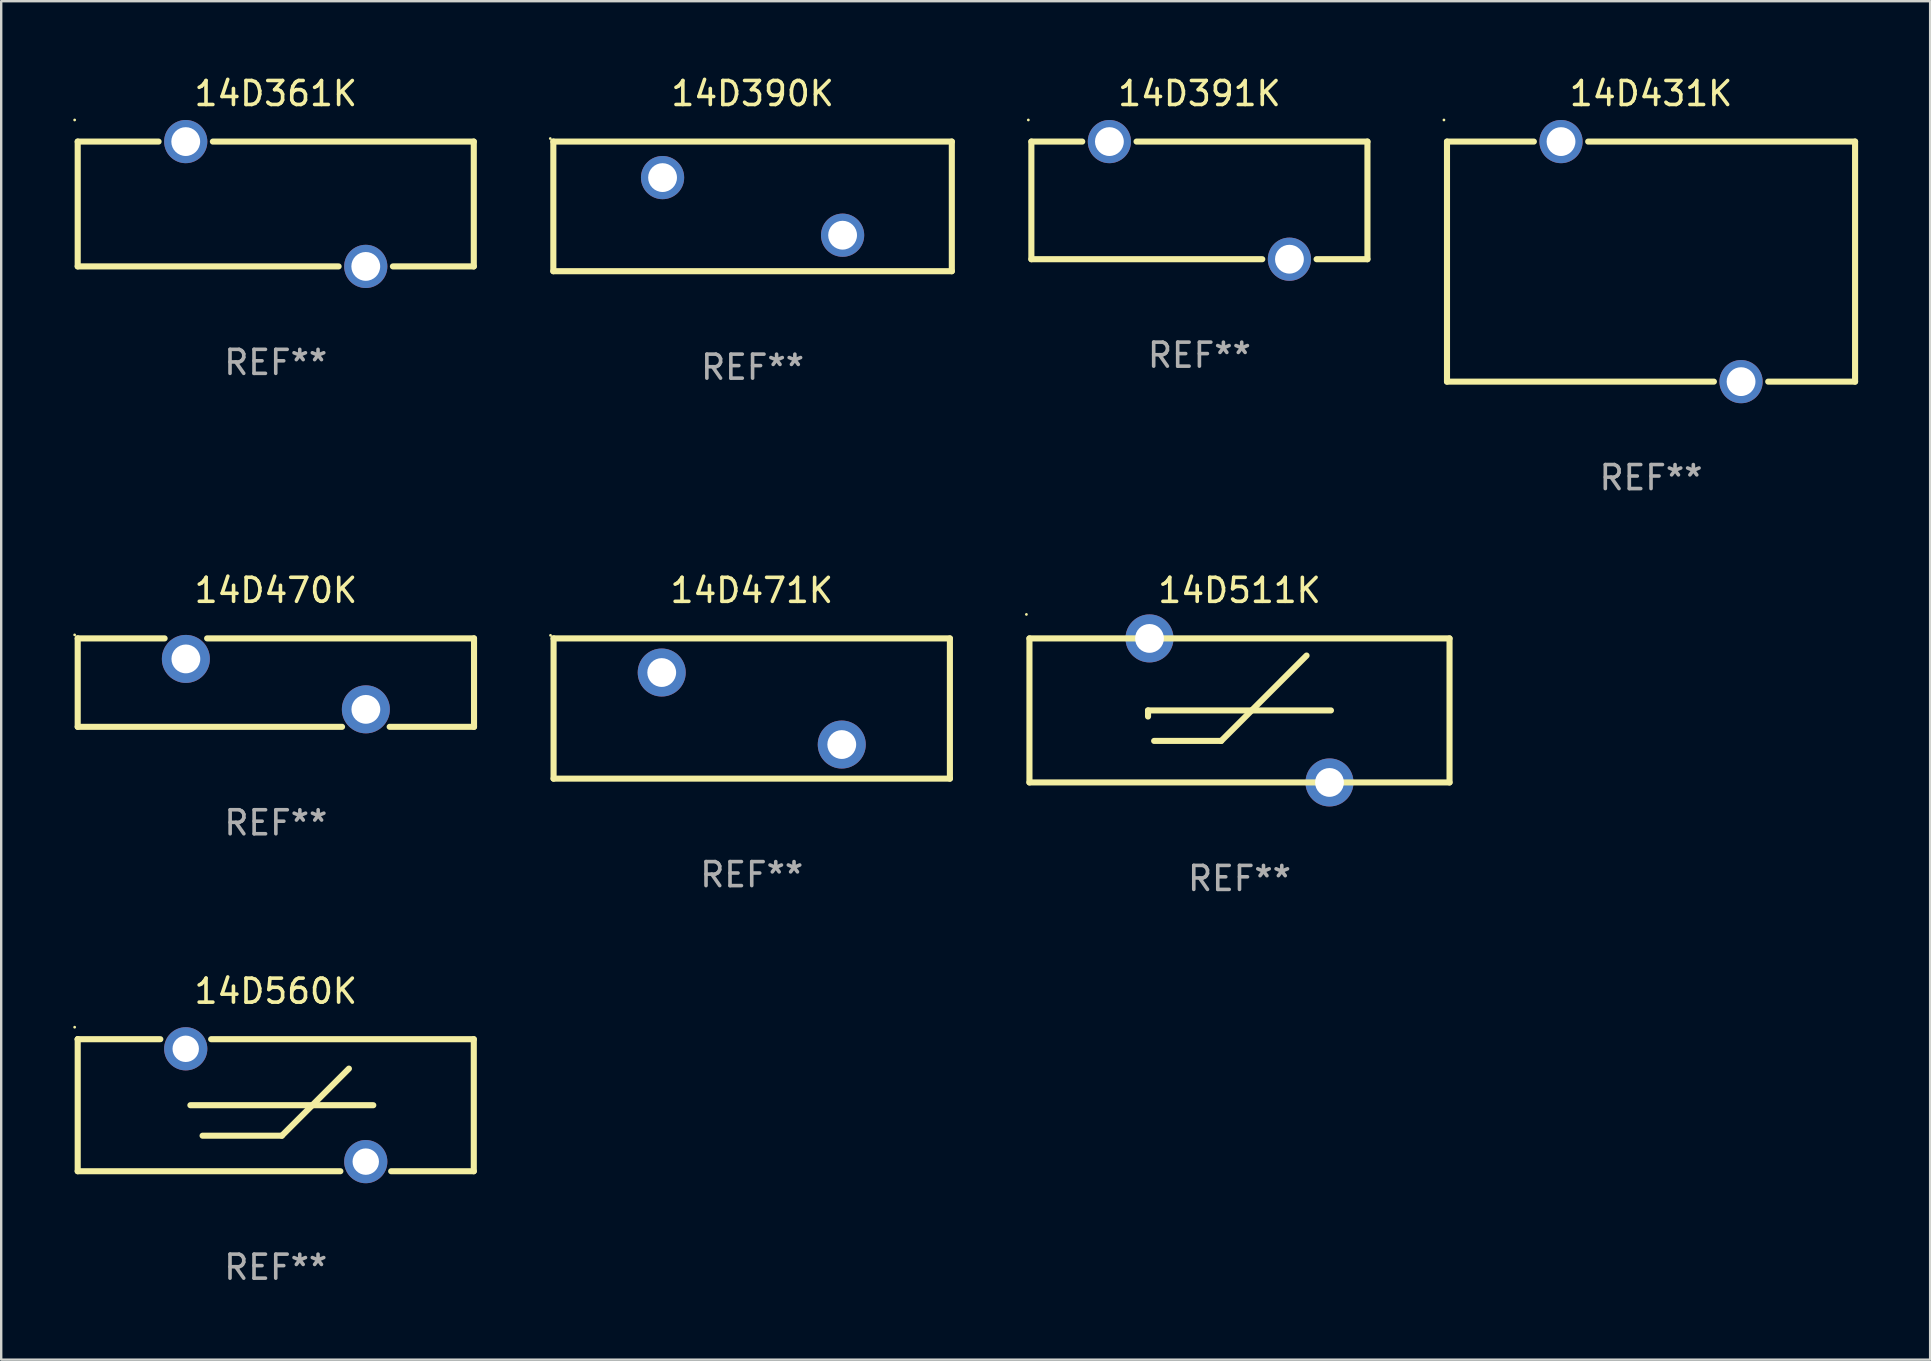
<source format=kicad_pcb>
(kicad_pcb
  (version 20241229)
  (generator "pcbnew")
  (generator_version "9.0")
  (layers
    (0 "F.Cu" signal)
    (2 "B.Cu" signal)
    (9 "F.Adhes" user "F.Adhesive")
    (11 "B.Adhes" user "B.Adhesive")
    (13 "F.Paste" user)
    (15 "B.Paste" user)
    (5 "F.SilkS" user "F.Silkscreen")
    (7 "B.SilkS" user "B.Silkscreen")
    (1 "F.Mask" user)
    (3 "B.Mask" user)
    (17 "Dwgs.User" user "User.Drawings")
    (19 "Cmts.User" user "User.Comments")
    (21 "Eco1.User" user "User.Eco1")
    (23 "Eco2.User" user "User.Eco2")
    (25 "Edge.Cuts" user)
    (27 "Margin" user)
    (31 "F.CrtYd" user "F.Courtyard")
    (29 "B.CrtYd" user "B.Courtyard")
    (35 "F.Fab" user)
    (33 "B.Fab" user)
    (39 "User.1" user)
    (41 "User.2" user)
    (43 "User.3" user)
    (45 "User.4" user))
  (footprint "14D361K"
    (layer "F.Cu")
    (at 8.437 5.448)
    (property "Reference" "14D361K" (at 0 -4.6 0) (layer "F.SilkS") (effects (font (size 1 1) (thickness 0.15))))
    (attr through_hole)
    (fp_line (start -8.25 -2.6) (end -4.881 -2.6) (stroke (width 0.254) (type solid)) (layer "F.SilkS"))
    (fp_line (start -8.25 2.6) (end -8.25 -2.6) (stroke (width 0.254) (type solid)) (layer "F.SilkS"))
    (fp_line (start -8.25 2.6) (end 2.619 2.6) (stroke (width 0.254) (type solid)) (layer "F.SilkS"))
    (fp_line (start -2.619 -2.6) (end 8.25 -2.6) (stroke (width 0.254) (type solid)) (layer "F.SilkS"))
    (fp_line (start 4.881 2.6) (end 8.25 2.6) (stroke (width 0.254) (type solid)) (layer "F.SilkS"))
    (fp_line (start 8.25 -2.6) (end 8.25 2.6) (stroke (width 0.254) (type solid)) (layer "F.SilkS"))
    (fp_circle (center -8.377 -3.5) (end -8.347 -3.5) (stroke (width 0.06) (type solid)) (fill no) (layer "F.SilkS"))
    (fp_text user "REF**" (at 0 6.6 0) (layer "F.Fab") (effects (font (size 1 1) (thickness 0.15))))
    (pad "1" thru_hole circle (at -3.75 -2.6) (size 1.8 1.8) (drill 1.2) (layers "*.Cu" "*.Mask"))
    (pad "2" thru_hole circle (at 3.75 2.6) (size 1.8 1.8) (drill 1.2) (layers "*.Cu" "*.Mask")))
  (footprint "14D511K"
    (layer "F.Cu")
    (at 48.585 26.545)
    (property "Reference" "14D511K" (at 0 -5 0) (layer "F.SilkS") (effects (font (size 1 1) (thickness 0.15))))
    (attr through_hole)
    (fp_line (start -8.75 -3) (end -8.75 3) (stroke (width 0.254) (type solid)) (layer "F.SilkS"))
    (fp_line (start -8.75 -3) (end 8.75 -3) (stroke (width 0.254) (type solid)) (layer "F.SilkS"))
    (fp_line (start -3.81 0) (end 3.81 0) (stroke (width 0.254) (type solid)) (layer "F.SilkS"))
    (fp_line (start -3.81 0.254) (end -3.81 0) (stroke (width 0.254) (type solid)) (layer "F.SilkS"))
    (fp_line (start -3.556 1.27) (end -0.762 1.27) (stroke (width 0.254) (type solid)) (layer "F.SilkS"))
    (fp_line (start -0.762 1.27) (end 2.794 -2.286) (stroke (width 0.254) (type solid)) (layer "F.SilkS"))
    (fp_line (start 8.75 3) (end -8.75 3) (stroke (width 0.254) (type solid)) (layer "F.SilkS"))
    (fp_line (start 8.75 3) (end 8.75 -3) (stroke (width 0.254) (type solid)) (layer "F.SilkS"))
    (fp_circle (center -8.877 -4) (end -8.847 -4) (stroke (width 0.06) (type solid)) (fill no) (layer "F.SilkS"))
    (fp_text user "REF**" (at 0 7 0) (layer "F.Fab") (effects (font (size 1 1) (thickness 0.15))))
    (pad "1" thru_hole circle (at -3.749 -3) (size 2 2) (drill 1.2) (layers "*.Cu" "*.Mask"))
    (pad "2" thru_hole circle (at 3.749 3) (size 2 2) (drill 1.2) (layers "*.Cu" "*.Mask")))
  (footprint "14D390K"
    (layer "F.Cu")
    (at 28.301 5.548)
    (property "Reference" "14D390K" (at 0 -4.7 0) (layer "F.SilkS") (effects (font (size 1 1) (thickness 0.15))))
    (attr through_hole)
    (fp_line (start -8.3 -2.7) (end 8.3 -2.7) (stroke (width 0.254) (type solid)) (layer "F.SilkS"))
    (fp_line (start -8.3 2.7) (end -8.3 -2.7) (stroke (width 0.254) (type solid)) (layer "F.SilkS"))
    (fp_line (start 8.3 -2.7) (end 8.3 2.7) (stroke (width 0.254) (type solid)) (layer "F.SilkS"))
    (fp_line (start 8.3 2.7) (end -8.3 2.7) (stroke (width 0.254) (type solid)) (layer "F.SilkS"))
    (fp_circle (center -8.427 -2.827) (end -8.397 -2.827) (stroke (width 0.06) (type solid)) (fill no) (layer "F.SilkS"))
    (fp_text user "REF**" (at 0 6.7 0) (layer "F.Fab") (effects (font (size 1 1) (thickness 0.15))))
    (pad "1" thru_hole circle (at -3.75 -1.2) (size 1.8 1.8) (drill 1.2) (layers "*.Cu" "*.Mask"))
    (pad "2" thru_hole circle (at 3.75 1.2) (size 1.8 1.8) (drill 1.2) (layers "*.Cu" "*.Mask")))
  (footprint "14D431K"
    (layer "F.Cu")
    (at 65.729 7.848)
    (property "Reference" "14D431K" (at 0 -7 0) (layer "F.SilkS") (effects (font (size 1 1) (thickness 0.15))))
    (attr through_hole)
    (fp_line (start -8.5 -5) (end -4.881 -5) (stroke (width 0.254) (type solid)) (layer "F.SilkS"))
    (fp_line (start -8.5 5) (end -8.5 -5) (stroke (width 0.254) (type solid)) (layer "F.SilkS"))
    (fp_line (start -8.5 5) (end 2.619 5) (stroke (width 0.254) (type solid)) (layer "F.SilkS"))
    (fp_line (start -2.619 -5) (end 8.5 -5) (stroke (width 0.254) (type solid)) (layer "F.SilkS"))
    (fp_line (start 4.881 5) (end 8.5 5) (stroke (width 0.254) (type solid)) (layer "F.SilkS"))
    (fp_line (start 8.5 -5) (end 8.5 5) (stroke (width 0.254) (type solid)) (layer "F.SilkS"))
    (fp_circle (center -8.627 -5.9) (end -8.597 -5.9) (stroke (width 0.06) (type solid)) (fill no) (layer "F.SilkS"))
    (fp_text user "REF**" (at 0 9 0) (layer "F.Fab") (effects (font (size 1 1) (thickness 0.15))))
    (pad "1" thru_hole circle (at -3.75 -5) (size 1.8 1.8) (drill 1.2) (layers "*.Cu" "*.Mask"))
    (pad "2" thru_hole circle (at 3.75 5) (size 1.8 1.8) (drill 1.2) (layers "*.Cu" "*.Mask")))
  (footprint "14D391K"
    (layer "F.Cu")
    (at 46.915 5.298)
    (property "Reference" "14D391K" (at 0 -4.45 0) (layer "F.SilkS") (effects (font (size 1 1) (thickness 0.15))))
    (attr through_hole)
    (fp_line (start -7 -2.45) (end -4.881 -2.45) (stroke (width 0.254) (type solid)) (layer "F.SilkS"))
    (fp_line (start -7 2.45) (end -7 -2.45) (stroke (width 0.254) (type solid)) (layer "F.SilkS"))
    (fp_line (start -7 2.45) (end 2.619 2.45) (stroke (width 0.254) (type solid)) (layer "F.SilkS"))
    (fp_line (start -2.619 -2.45) (end 7 -2.45) (stroke (width 0.254) (type solid)) (layer "F.SilkS"))
    (fp_line (start 4.881 2.45) (end 7 2.45) (stroke (width 0.254) (type solid)) (layer "F.SilkS"))
    (fp_line (start 7 -2.45) (end 7 2.45) (stroke (width 0.254) (type solid)) (layer "F.SilkS"))
    (fp_circle (center -7.127 -3.35) (end -7.097 -3.35) (stroke (width 0.06) (type solid)) (fill no) (layer "F.SilkS"))
    (fp_text user "REF**" (at 0 6.45 0) (layer "F.Fab") (effects (font (size 1 1) (thickness 0.15))))
    (pad "1" thru_hole circle (at -3.75 -2.45) (size 1.8 1.8) (drill 1.2) (layers "*.Cu" "*.Mask"))
    (pad "2" thru_hole circle (at 3.75 2.45) (size 1.8 1.8) (drill 1.2) (layers "*.Cu" "*.Mask")))
  (footprint "14D470K"
    (layer "F.Cu")
    (at 8.442 25.386)
    (property "Reference" "14D470K" (at 0 -3.842 0) (layer "F.SilkS") (effects (font (size 1 1) (thickness 0.15))))
    (attr through_hole)
    (fp_line (start -8.255 -1.842) (end -4.634 -1.842) (stroke (width 0.254) (type solid)) (layer "F.SilkS"))
    (fp_line (start -8.255 1.842) (end -8.255 -1.842) (stroke (width 0.254) (type solid)) (layer "F.SilkS"))
    (fp_line (start -2.864 -1.842) (end 8.255 -1.842) (stroke (width 0.254) (type solid)) (layer "F.SilkS"))
    (fp_line (start 2.757 1.842) (end -8.255 1.842) (stroke (width 0.254) (type solid)) (layer "F.SilkS"))
    (fp_line (start 8.255 -1.842) (end 8.255 1.842) (stroke (width 0.254) (type solid)) (layer "F.SilkS"))
    (fp_line (start 8.255 1.842) (end 4.741 1.842) (stroke (width 0.254) (type solid)) (layer "F.SilkS"))
    (fp_circle (center -8.382 -1.987) (end -8.352 -1.987) (stroke (width 0.06) (type solid)) (fill no) (layer "F.SilkS"))
    (fp_text user "REF**" (at 0 5.842 0) (layer "F.Fab") (effects (font (size 1 1) (thickness 0.15))))
    (pad "1" thru_hole circle (at -3.749 -0.987) (size 2 2) (drill 1.2) (layers "*.Cu" "*.Mask"))
    (pad "2" thru_hole circle (at 3.749 1.114) (size 2 2) (drill 1.2) (layers "*.Cu" "*.Mask")))
  (footprint "14D471K"
    (layer "F.Cu")
    (at 28.266 26.466)
    (property "Reference" "14D471K" (at 0 -4.921 0) (layer "F.SilkS") (effects (font (size 1 1) (thickness 0.15))))
    (attr through_hole)
    (fp_line (start -8.255 -2.921) (end 8.255 -2.921) (stroke (width 0.254) (type solid)) (layer "F.SilkS"))
    (fp_line (start -8.255 2.921) (end -8.255 -2.921) (stroke (width 0.254) (type solid)) (layer "F.SilkS"))
    (fp_line (start 8.255 -2.921) (end 8.255 2.921) (stroke (width 0.254) (type solid)) (layer "F.SilkS"))
    (fp_line (start 8.255 2.921) (end -8.255 2.921) (stroke (width 0.254) (type solid)) (layer "F.SilkS"))
    (fp_circle (center -8.382 -3.048) (end -8.352 -3.048) (stroke (width 0.06) (type solid)) (fill no) (layer "F.SilkS"))
    (fp_text user "REF**" (at 0 6.921 0) (layer "F.Fab") (effects (font (size 1 1) (thickness 0.15))))
    (pad "1" thru_hole circle (at -3.75 -1.5) (size 2 2) (drill 1.2) (layers "*.Cu" "*.Mask"))
    (pad "2" thru_hole circle (at 3.75 1.5) (size 2 2) (drill 1.2) (layers "*.Cu" "*.Mask")))
  (footprint "14D560K"
    (layer "F.Cu")
    (at 8.437 42.991)
    (property "Reference" "14D560K" (at 0 -4.75 0) (layer "F.SilkS") (effects (font (size 1 1) (thickness 0.15))))
    (attr through_hole)
    (fp_line (start -8.25 -2.75) (end -8.25 -2.75) (stroke (width 0.254) (type solid)) (layer "F.SilkS"))
    (fp_line (start -8.25 -2.75) (end -4.808 -2.75) (stroke (width 0.254) (type solid)) (layer "F.SilkS"))
    (fp_line (start -8.25 2.75) (end -8.25 -2.75) (stroke (width 0.254) (type solid)) (layer "F.SilkS"))
    (fp_line (start -8.25 2.75) (end 2.692 2.75) (stroke (width 0.254) (type solid)) (layer "F.SilkS"))
    (fp_line (start -3.556 0) (end 4.064 0) (stroke (width 0.254) (type solid)) (layer "F.SilkS"))
    (fp_line (start -3.048 1.27) (end 0.254 1.27) (stroke (width 0.254) (type solid)) (layer "F.SilkS"))
    (fp_line (start -2.692 -2.75) (end 8.25 -2.75) (stroke (width 0.254) (type solid)) (layer "F.SilkS"))
    (fp_line (start 0.254 1.27) (end 3.048 -1.524) (stroke (width 0.254) (type solid)) (layer "F.SilkS"))
    (fp_line (start 4.808 2.75) (end 8.25 2.75) (stroke (width 0.254) (type solid)) (layer "F.SilkS"))
    (fp_line (start 8.25 -2.75) (end 8.25 2.75) (stroke (width 0.254) (type solid)) (layer "F.SilkS"))
    (fp_circle (center -8.377 -3.25) (end -8.347 -3.25) (stroke (width 0.06) (type solid)) (fill no) (layer "F.SilkS"))
    (fp_text user "REF**" (at 0 6.75 0) (layer "F.Fab") (effects (font (size 1 1) (thickness 0.15))))
    (pad "1" thru_hole circle (at -3.75 -2.35) (size 1.8 1.8) (drill 1.1) (layers "*.Cu" "*.Mask"))
    (pad "2" thru_hole circle (at 3.75 2.35) (size 1.8 1.8) (drill 1.1) (layers "*.Cu" "*.Mask")))
  (gr_rect
    (start -3 -3)
    (end 77.356 53.59)
    (stroke (width 0.1) (type default))
    (fill no)
    (layer "Edge.Cuts")))
</source>
